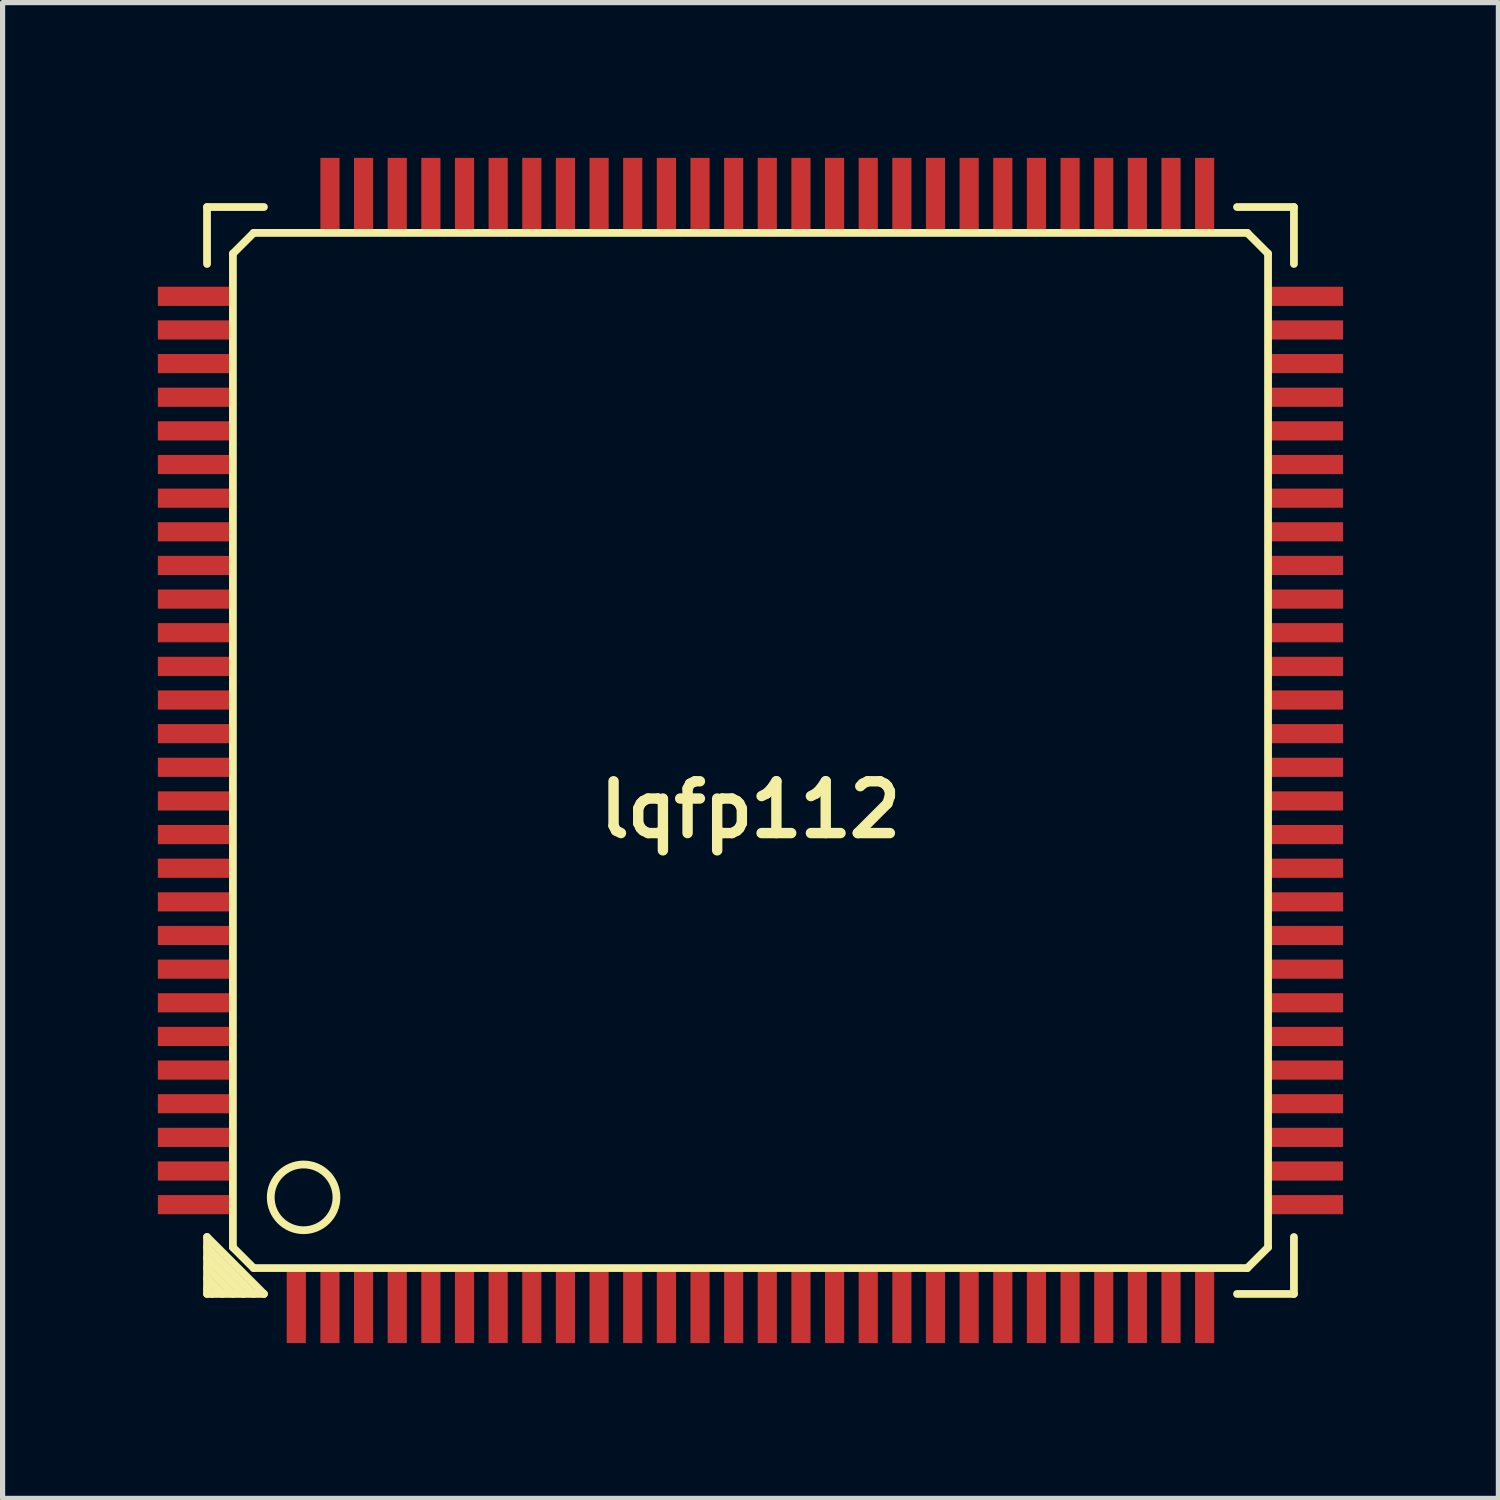
<source format=kicad_pcb>
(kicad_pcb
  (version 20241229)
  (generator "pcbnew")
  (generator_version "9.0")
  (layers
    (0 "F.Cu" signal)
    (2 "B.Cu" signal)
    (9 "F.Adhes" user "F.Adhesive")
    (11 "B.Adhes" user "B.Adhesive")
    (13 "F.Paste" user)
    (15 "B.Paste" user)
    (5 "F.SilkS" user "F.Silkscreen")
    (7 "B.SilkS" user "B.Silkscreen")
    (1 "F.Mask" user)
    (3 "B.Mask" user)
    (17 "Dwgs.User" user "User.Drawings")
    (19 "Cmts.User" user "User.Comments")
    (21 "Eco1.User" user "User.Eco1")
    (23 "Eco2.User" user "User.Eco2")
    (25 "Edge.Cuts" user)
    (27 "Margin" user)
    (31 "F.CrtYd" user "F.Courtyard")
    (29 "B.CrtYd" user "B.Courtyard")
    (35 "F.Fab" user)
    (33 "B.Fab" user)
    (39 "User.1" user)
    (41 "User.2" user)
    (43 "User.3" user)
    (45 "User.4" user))
  (footprint "lqfp112"
    (layer "F.Cu")
    (at 11.45 11.45)
    (property "Reference" "lqfp112" (at 0 1.143 0) (layer "F.SilkS") (effects (font (size 1.001 1.001) (thickness 0.201))))
    (attr through_hole)
    (fp_line (start -10.5 -10.5) (end -9.4 -10.5) (stroke (width 0.15) (type solid)) (layer "F.SilkS"))
    (fp_line (start -10.5 -9.4) (end -10.5 -10.5) (stroke (width 0.15) (type solid)) (layer "F.SilkS"))
    (fp_line (start -10.5 9.4) (end -10.5 10.5) (stroke (width 0.15) (type solid)) (layer "F.SilkS"))
    (fp_line (start -10.5 9.601) (end -9.601 10.5) (stroke (width 0.15) (type solid)) (layer "F.SilkS"))
    (fp_line (start -10.5 9.999) (end -9.999 10.5) (stroke (width 0.15) (type solid)) (layer "F.SilkS"))
    (fp_line (start -10.5 10.401) (end -10.401 10.5) (stroke (width 0.15) (type solid)) (layer "F.SilkS"))
    (fp_line (start -10.5 10.5) (end -9.4 10.5) (stroke (width 0.15) (type solid)) (layer "F.SilkS"))
    (fp_line (start -10.2 10.5) (end -10.5 10.2) (stroke (width 0.15) (type solid)) (layer "F.SilkS"))
    (fp_line (start -10 -9.6) (end -10 9.6) (stroke (width 0.15) (type solid)) (layer "F.SilkS"))
    (fp_line (start -10 9.6) (end -9.6 10) (stroke (width 0.15) (type solid)) (layer "F.SilkS"))
    (fp_line (start -9.801 10.5) (end -10.5 9.801) (stroke (width 0.15) (type solid)) (layer "F.SilkS"))
    (fp_line (start -9.6 -10) (end -10 -9.6) (stroke (width 0.15) (type solid)) (layer "F.SilkS"))
    (fp_line (start -9.6 10) (end 9.6 10) (stroke (width 0.15) (type solid)) (layer "F.SilkS"))
    (fp_line (start -9.4 10.5) (end -10.5 9.4) (stroke (width 0.15) (type solid)) (layer "F.SilkS"))
    (fp_line (start 9.4 10.5) (end 10.5 10.5) (stroke (width 0.15) (type solid)) (layer "F.SilkS"))
    (fp_line (start 9.6 -10) (end -9.6 -10) (stroke (width 0.15) (type solid)) (layer "F.SilkS"))
    (fp_line (start 9.6 10) (end 10 9.6) (stroke (width 0.15) (type solid)) (layer "F.SilkS"))
    (fp_line (start 10 -9.6) (end 9.6 -10) (stroke (width 0.15) (type solid)) (layer "F.SilkS"))
    (fp_line (start 10 9.6) (end 10 -9.6) (stroke (width 0.15) (type solid)) (layer "F.SilkS"))
    (fp_line (start 10.5 -10.5) (end 9.4 -10.5) (stroke (width 0.15) (type solid)) (layer "F.SilkS"))
    (fp_line (start 10.5 -10.5) (end 10.5 -9.4) (stroke (width 0.15) (type solid)) (layer "F.SilkS"))
    (fp_line (start 10.5 10.5) (end 10.5 9.4) (stroke (width 0.15) (type solid)) (layer "F.SilkS"))
    (fp_circle (center -8.634 8.634) (end -9.015 9.142) (stroke (width 0.15) (type solid)) (fill no) (layer "F.SilkS"))
    (pad "1" smd rect (at -8.775 10.7) (size 0.37 1.5) (layers "F.Cu" "F.Mask" "F.Paste"))
    (pad "2" smd rect (at -8.125 10.7) (size 0.37 1.5) (layers "F.Cu" "F.Mask" "F.Paste"))
    (pad "3" smd rect (at -7.475 10.7) (size 0.37 1.5) (layers "F.Cu" "F.Mask" "F.Paste"))
    (pad "4" smd rect (at -6.825 10.7) (size 0.37 1.5) (layers "F.Cu" "F.Mask" "F.Paste"))
    (pad "5" smd rect (at -6.175 10.7) (size 0.37 1.5) (layers "F.Cu" "F.Mask" "F.Paste"))
    (pad "6" smd rect (at -5.525 10.7) (size 0.37 1.5) (layers "F.Cu" "F.Mask" "F.Paste"))
    (pad "7" smd rect (at -4.875 10.7) (size 0.37 1.5) (layers "F.Cu" "F.Mask" "F.Paste"))
    (pad "8" smd rect (at -4.225 10.7) (size 0.37 1.5) (layers "F.Cu" "F.Mask" "F.Paste"))
    (pad "9" smd rect (at -3.575 10.7) (size 0.37 1.5) (layers "F.Cu" "F.Mask" "F.Paste"))
    (pad "10" smd rect (at -2.925 10.7) (size 0.37 1.5) (layers "F.Cu" "F.Mask" "F.Paste"))
    (pad "11" smd rect (at -2.275 10.7) (size 0.37 1.5) (layers "F.Cu" "F.Mask" "F.Paste"))
    (pad "12" smd rect (at -1.625 10.7) (size 0.37 1.5) (layers "F.Cu" "F.Mask" "F.Paste"))
    (pad "13" smd rect (at -0.975 10.7) (size 0.37 1.5) (layers "F.Cu" "F.Mask" "F.Paste"))
    (pad "14" smd rect (at -0.325 10.7) (size 0.37 1.5) (layers "F.Cu" "F.Mask" "F.Paste"))
    (pad "15" smd rect (at 0.325 10.7) (size 0.37 1.5) (layers "F.Cu" "F.Mask" "F.Paste"))
    (pad "16" smd rect (at 0.975 10.7) (size 0.37 1.5) (layers "F.Cu" "F.Mask" "F.Paste"))
    (pad "17" smd rect (at 1.625 10.7) (size 0.37 1.5) (layers "F.Cu" "F.Mask" "F.Paste"))
    (pad "18" smd rect (at 2.275 10.7) (size 0.37 1.5) (layers "F.Cu" "F.Mask" "F.Paste"))
    (pad "19" smd rect (at 2.925 10.7) (size 0.37 1.5) (layers "F.Cu" "F.Mask" "F.Paste"))
    (pad "20" smd rect (at 3.575 10.7) (size 0.37 1.5) (layers "F.Cu" "F.Mask" "F.Paste"))
    (pad "21" smd rect (at 4.225 10.7) (size 0.37 1.5) (layers "F.Cu" "F.Mask" "F.Paste"))
    (pad "22" smd rect (at 4.875 10.7) (size 0.37 1.5) (layers "F.Cu" "F.Mask" "F.Paste"))
    (pad "23" smd rect (at 5.525 10.7) (size 0.37 1.5) (layers "F.Cu" "F.Mask" "F.Paste"))
    (pad "24" smd rect (at 6.175 10.7) (size 0.37 1.5) (layers "F.Cu" "F.Mask" "F.Paste"))
    (pad "25" smd rect (at 6.825 10.7) (size 0.37 1.5) (layers "F.Cu" "F.Mask" "F.Paste"))
    (pad "26" smd rect (at 7.475 10.7) (size 0.37 1.5) (layers "F.Cu" "F.Mask" "F.Paste"))
    (pad "27" smd rect (at 8.125 10.7) (size 0.37 1.5) (layers "F.Cu" "F.Mask" "F.Paste"))
    (pad "28" smd rect (at 8.775 10.7) (size 0.37 1.5) (layers "F.Cu" "F.Mask" "F.Paste"))
    (pad "29" smd rect (at 10.7 8.775) (size 1.5 0.37) (layers "F.Cu" "F.Mask" "F.Paste"))
    (pad "30" smd rect (at 10.7 8.125) (size 1.5 0.37) (layers "F.Cu" "F.Mask" "F.Paste"))
    (pad "31" smd rect (at 10.7 7.475) (size 1.5 0.37) (layers "F.Cu" "F.Mask" "F.Paste"))
    (pad "32" smd rect (at 10.7 6.825) (size 1.5 0.37) (layers "F.Cu" "F.Mask" "F.Paste"))
    (pad "33" smd rect (at 10.7 6.175) (size 1.5 0.37) (layers "F.Cu" "F.Mask" "F.Paste"))
    (pad "34" smd rect (at 10.7 5.525) (size 1.5 0.37) (layers "F.Cu" "F.Mask" "F.Paste"))
    (pad "35" smd rect (at 10.7 4.875) (size 1.5 0.37) (layers "F.Cu" "F.Mask" "F.Paste"))
    (pad "36" smd rect (at 10.7 4.225) (size 1.5 0.37) (layers "F.Cu" "F.Mask" "F.Paste"))
    (pad "37" smd rect (at 10.7 3.575) (size 1.5 0.37) (layers "F.Cu" "F.Mask" "F.Paste"))
    (pad "38" smd rect (at 10.7 2.925) (size 1.5 0.37) (layers "F.Cu" "F.Mask" "F.Paste"))
    (pad "39" smd rect (at 10.7 2.275) (size 1.5 0.37) (layers "F.Cu" "F.Mask" "F.Paste"))
    (pad "40" smd rect (at 10.7 1.625) (size 1.5 0.37) (layers "F.Cu" "F.Mask" "F.Paste"))
    (pad "41" smd rect (at 10.7 0.975) (size 1.5 0.37) (layers "F.Cu" "F.Mask" "F.Paste"))
    (pad "42" smd rect (at 10.7 0.325) (size 1.5 0.37) (layers "F.Cu" "F.Mask" "F.Paste"))
    (pad "43" smd rect (at 10.7 -0.325) (size 1.5 0.37) (layers "F.Cu" "F.Mask" "F.Paste"))
    (pad "44" smd rect (at 10.7 -0.975) (size 1.5 0.37) (layers "F.Cu" "F.Mask" "F.Paste"))
    (pad "45" smd rect (at 10.7 -1.625) (size 1.5 0.37) (layers "F.Cu" "F.Mask" "F.Paste"))
    (pad "46" smd rect (at 10.7 -2.275) (size 1.5 0.37) (layers "F.Cu" "F.Mask" "F.Paste"))
    (pad "47" smd rect (at 10.7 -2.925) (size 1.5 0.37) (layers "F.Cu" "F.Mask" "F.Paste"))
    (pad "48" smd rect (at 10.7 -3.575) (size 1.5 0.37) (layers "F.Cu" "F.Mask" "F.Paste"))
    (pad "49" smd rect (at 10.7 -4.225) (size 1.5 0.37) (layers "F.Cu" "F.Mask" "F.Paste"))
    (pad "50" smd rect (at 10.7 -4.875) (size 1.5 0.37) (layers "F.Cu" "F.Mask" "F.Paste"))
    (pad "51" smd rect (at 10.7 -5.525) (size 1.5 0.37) (layers "F.Cu" "F.Mask" "F.Paste"))
    (pad "52" smd rect (at 10.7 -6.175) (size 1.5 0.37) (layers "F.Cu" "F.Mask" "F.Paste"))
    (pad "53" smd rect (at 10.7 -6.825) (size 1.5 0.37) (layers "F.Cu" "F.Mask" "F.Paste"))
    (pad "54" smd rect (at 10.7 -7.475) (size 1.5 0.37) (layers "F.Cu" "F.Mask" "F.Paste"))
    (pad "55" smd rect (at 10.7 -8.125) (size 1.5 0.37) (layers "F.Cu" "F.Mask" "F.Paste"))
    (pad "56" smd rect (at 10.7 -8.775) (size 1.5 0.37) (layers "F.Cu" "F.Mask" "F.Paste"))
    (pad "57" smd rect (at 8.775 -10.7) (size 0.37 1.5) (layers "F.Cu" "F.Mask" "F.Paste"))
    (pad "58" smd rect (at 8.125 -10.7) (size 0.37 1.5) (layers "F.Cu" "F.Mask" "F.Paste"))
    (pad "59" smd rect (at 7.475 -10.7) (size 0.37 1.5) (layers "F.Cu" "F.Mask" "F.Paste"))
    (pad "60" smd rect (at 6.825 -10.7) (size 0.37 1.5) (layers "F.Cu" "F.Mask" "F.Paste"))
    (pad "61" smd rect (at 6.175 -10.7) (size 0.37 1.5) (layers "F.Cu" "F.Mask" "F.Paste"))
    (pad "62" smd rect (at 5.525 -10.7) (size 0.37 1.5) (layers "F.Cu" "F.Mask" "F.Paste"))
    (pad "63" smd rect (at 4.875 -10.7) (size 0.37 1.5) (layers "F.Cu" "F.Mask" "F.Paste"))
    (pad "64" smd rect (at 4.225 -10.7) (size 0.37 1.5) (layers "F.Cu" "F.Mask" "F.Paste"))
    (pad "65" smd rect (at 3.575 -10.7) (size 0.37 1.5) (layers "F.Cu" "F.Mask" "F.Paste"))
    (pad "66" smd rect (at 2.925 -10.7) (size 0.37 1.5) (layers "F.Cu" "F.Mask" "F.Paste"))
    (pad "67" smd rect (at 2.275 -10.7) (size 0.37 1.5) (layers "F.Cu" "F.Mask" "F.Paste"))
    (pad "68" smd rect (at 1.625 -10.7) (size 0.37 1.5) (layers "F.Cu" "F.Mask" "F.Paste"))
    (pad "69" smd rect (at 0.975 -10.7) (size 0.37 1.5) (layers "F.Cu" "F.Mask" "F.Paste"))
    (pad "70" smd rect (at 0.325 -10.7) (size 0.37 1.5) (layers "F.Cu" "F.Mask" "F.Paste"))
    (pad "71" smd rect (at -0.325 -10.7) (size 0.37 1.5) (layers "F.Cu" "F.Mask" "F.Paste"))
    (pad "72" smd rect (at -0.975 -10.7) (size 0.37 1.5) (layers "F.Cu" "F.Mask" "F.Paste"))
    (pad "73" smd rect (at -1.625 -10.7) (size 0.37 1.5) (layers "F.Cu" "F.Mask" "F.Paste"))
    (pad "74" smd rect (at -2.275 -10.7) (size 0.37 1.5) (layers "F.Cu" "F.Mask" "F.Paste"))
    (pad "75" smd rect (at -2.925 -10.7) (size 0.37 1.5) (layers "F.Cu" "F.Mask" "F.Paste"))
    (pad "76" smd rect (at -3.575 -10.7) (size 0.37 1.5) (layers "F.Cu" "F.Mask" "F.Paste"))
    (pad "77" smd rect (at -4.225 -10.7) (size 0.37 1.5) (layers "F.Cu" "F.Mask" "F.Paste"))
    (pad "78" smd rect (at -4.875 -10.7) (size 0.37 1.5) (layers "F.Cu" "F.Mask" "F.Paste"))
    (pad "79" smd rect (at -5.525 -10.7) (size 0.37 1.5) (layers "F.Cu" "F.Mask" "F.Paste"))
    (pad "80" smd rect (at -6.175 -10.7) (size 0.37 1.5) (layers "F.Cu" "F.Mask" "F.Paste"))
    (pad "81" smd rect (at -6.825 -10.7) (size 0.37 1.5) (layers "F.Cu" "F.Mask" "F.Paste"))
    (pad "82" smd rect (at -7.475 -10.7) (size 0.37 1.5) (layers "F.Cu" "F.Mask" "F.Paste"))
    (pad "83" smd rect (at -8.125 -10.7) (size 0.37 1.5) (layers "F.Cu" "F.Mask" "F.Paste"))
    (pad "85" smd rect (at -10.7 -8.775) (size 1.5 0.37) (layers "F.Cu" "F.Mask" "F.Paste"))
    (pad "86" smd rect (at -10.7 -8.125) (size 1.5 0.37) (layers "F.Cu" "F.Mask" "F.Paste"))
    (pad "87" smd rect (at -10.7 -7.475) (size 1.5 0.37) (layers "F.Cu" "F.Mask" "F.Paste"))
    (pad "88" smd rect (at -10.7 -6.825) (size 1.5 0.37) (layers "F.Cu" "F.Mask" "F.Paste"))
    (pad "89" smd rect (at -10.7 -6.175) (size 1.5 0.37) (layers "F.Cu" "F.Mask" "F.Paste"))
    (pad "90" smd rect (at -10.7 -5.525) (size 1.5 0.37) (layers "F.Cu" "F.Mask" "F.Paste"))
    (pad "91" smd rect (at -10.7 -4.875) (size 1.5 0.37) (layers "F.Cu" "F.Mask" "F.Paste"))
    (pad "92" smd rect (at -10.7 -4.225) (size 1.5 0.37) (layers "F.Cu" "F.Mask" "F.Paste"))
    (pad "93" smd rect (at -10.7 -3.575) (size 1.5 0.37) (layers "F.Cu" "F.Mask" "F.Paste"))
    (pad "94" smd rect (at -10.7 -2.925) (size 1.5 0.37) (layers "F.Cu" "F.Mask" "F.Paste"))
    (pad "95" smd rect (at -10.7 -2.275) (size 1.5 0.37) (layers "F.Cu" "F.Mask" "F.Paste"))
    (pad "96" smd rect (at -10.7 -1.625) (size 1.5 0.37) (layers "F.Cu" "F.Mask" "F.Paste"))
    (pad "97" smd rect (at -10.7 -0.975) (size 1.5 0.37) (layers "F.Cu" "F.Mask" "F.Paste"))
    (pad "98" smd rect (at -10.7 -0.325) (size 1.5 0.37) (layers "F.Cu" "F.Mask" "F.Paste"))
    (pad "99" smd rect (at -10.7 0.325) (size 1.5 0.37) (layers "F.Cu" "F.Mask" "F.Paste"))
    (pad "100" smd rect (at -10.7 0.975) (size 1.5 0.37) (layers "F.Cu" "F.Mask" "F.Paste"))
    (pad "101" smd rect (at -10.7 1.625) (size 1.5 0.37) (layers "F.Cu" "F.Mask" "F.Paste"))
    (pad "102" smd rect (at -10.7 2.275) (size 1.5 0.37) (layers "F.Cu" "F.Mask" "F.Paste"))
    (pad "103" smd rect (at -10.7 2.925) (size 1.5 0.37) (layers "F.Cu" "F.Mask" "F.Paste"))
    (pad "104" smd rect (at -10.7 3.575) (size 1.5 0.37) (layers "F.Cu" "F.Mask" "F.Paste"))
    (pad "105" smd rect (at -10.7 4.225) (size 1.5 0.37) (layers "F.Cu" "F.Mask" "F.Paste"))
    (pad "106" smd rect (at -10.7 4.875) (size 1.5 0.37) (layers "F.Cu" "F.Mask" "F.Paste"))
    (pad "107" smd rect (at -10.7 5.525) (size 1.5 0.37) (layers "F.Cu" "F.Mask" "F.Paste"))
    (pad "108" smd rect (at -10.7 6.175) (size 1.5 0.37) (layers "F.Cu" "F.Mask" "F.Paste"))
    (pad "109" smd rect (at -10.7 6.825) (size 1.5 0.37) (layers "F.Cu" "F.Mask" "F.Paste"))
    (pad "110" smd rect (at -10.7 7.475) (size 1.5 0.37) (layers "F.Cu" "F.Mask" "F.Paste"))
    (pad "111" smd rect (at -10.7 8.125) (size 1.5 0.37) (layers "F.Cu" "F.Mask" "F.Paste"))
    (pad "112" smd rect (at -10.7 8.775) (size 1.5 0.37) (layers "F.Cu" "F.Mask" "F.Paste")))
  (gr_rect
    (start -3 -3)
    (end 25.9 25.9)
    (stroke (width 0.1) (type default))
    (fill no)
    (layer "Edge.Cuts")))
</source>
